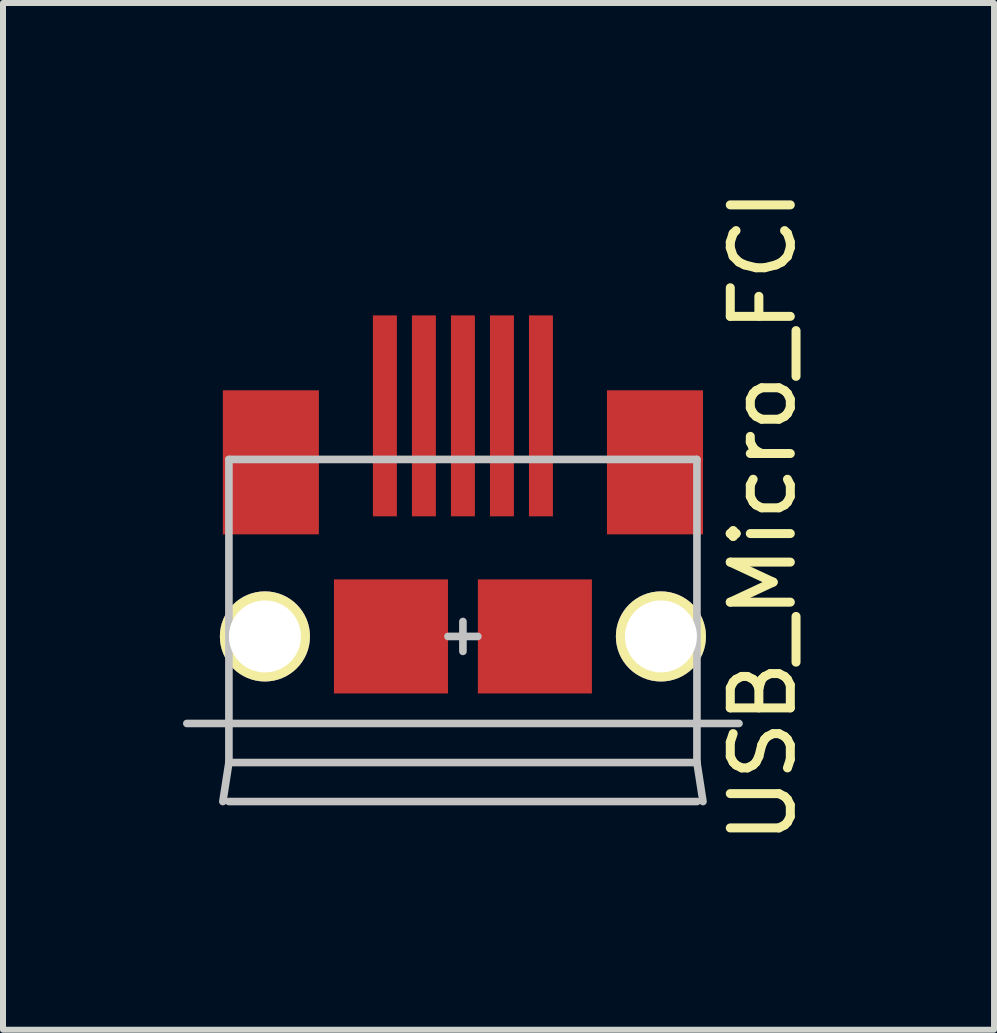
<source format=kicad_pcb>
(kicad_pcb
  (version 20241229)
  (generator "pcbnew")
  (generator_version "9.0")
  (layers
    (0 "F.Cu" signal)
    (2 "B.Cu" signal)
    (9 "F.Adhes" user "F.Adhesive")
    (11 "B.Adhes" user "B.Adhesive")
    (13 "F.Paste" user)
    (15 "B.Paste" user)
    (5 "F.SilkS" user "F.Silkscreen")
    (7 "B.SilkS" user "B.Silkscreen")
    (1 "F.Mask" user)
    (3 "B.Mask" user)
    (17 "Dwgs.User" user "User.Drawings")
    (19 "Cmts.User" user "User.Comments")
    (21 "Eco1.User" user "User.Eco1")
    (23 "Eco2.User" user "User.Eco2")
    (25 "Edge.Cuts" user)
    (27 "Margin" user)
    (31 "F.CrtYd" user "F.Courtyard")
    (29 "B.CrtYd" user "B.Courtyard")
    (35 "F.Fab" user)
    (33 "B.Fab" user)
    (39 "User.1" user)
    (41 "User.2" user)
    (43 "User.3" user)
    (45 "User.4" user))
  (footprint "USB_Micro_FCI"
    (layer "F.Cu")
    (at 4.663 7.554)
    (property "Reference" "USB_Micro_FCI" (at 5 -2 90) (layer "F.SilkS") (effects (font (size 1 1) (thickness 0.15))))
    (attr through_hole)
    (fp_line (start -4.6 1.45) (end 4.6 1.45) (stroke (width 0.127) (type solid)) (layer "Dwgs.User"))
    (fp_line (start -3.899 -2.949) (end 3.899 -2.949) (stroke (width 0.127) (type solid)) (layer "Dwgs.User"))
    (fp_line (start -3.899 2.101) (end -4 2.751) (stroke (width 0.127) (type solid)) (layer "Dwgs.User"))
    (fp_line (start -3.899 2.101) (end -3.899 -2.949) (stroke (width 0.127) (type solid)) (layer "Dwgs.User"))
    (fp_line (start -3.899 2.101) (end 3.899 2.101) (stroke (width 0.127) (type solid)) (layer "Dwgs.User"))
    (fp_line (start -3.899 2.751) (end 3.899 2.751) (stroke (width 0.127) (type solid)) (layer "Dwgs.User"))
    (fp_line (start -0.249 0) (end 0.249 0) (stroke (width 0.127) (type solid)) (layer "Dwgs.User"))
    (fp_line (start 0 -0.249) (end 0 0.249) (stroke (width 0.127) (type solid)) (layer "Dwgs.User"))
    (fp_line (start 3.899 -2.949) (end 3.899 2.101) (stroke (width 0.127) (type solid)) (layer "Dwgs.User"))
    (fp_line (start 3.899 2.101) (end 4 2.751) (stroke (width 0.127) (type solid)) (layer "Dwgs.User"))
    (pad "1" smd rect (at -1.3 -3.675) (size 0.399 3.348) (layers "F.Cu" "F.Mask" "F.Paste"))
    (pad "2" smd rect (at -0.65 -3.675) (size 0.399 3.348) (layers "F.Cu" "F.Mask" "F.Paste"))
    (pad "3" smd rect (at 0 -3.675) (size 0.399 3.348) (layers "F.Cu" "F.Mask" "F.Paste"))
    (pad "4" smd rect (at 0.65 -3.675) (size 0.399 3.348) (layers "F.Cu" "F.Mask" "F.Paste"))
    (pad "5" smd rect (at 1.3 -3.675) (size 0.399 3.348) (layers "F.Cu" "F.Mask" "F.Paste"))
    (pad "G" smd rect (at -3.2 -2.901) (size 1.6 2.4) (layers "F.Cu" "F.Mask" "F.Paste"))
    (pad "G" smd rect (at -1.199 0) (size 1.9 1.9) (layers "F.Cu" "F.Mask" "F.Paste"))
    (pad "G" smd rect (at 1.199 0) (size 1.9 1.9) (layers "F.Cu" "F.Mask" "F.Paste"))
    (pad "G" smd rect (at 3.2 -2.901) (size 1.6 2.4) (layers "F.Cu" "F.Mask" "F.Paste"))
    (pad "H" thru_hole circle (at -3.299 0) (size 1.501 1.501) (drill 1.199) (layers "*.Cu" "*.Mask" "F.SilkS"))
    (pad "H" thru_hole circle (at 3.299 0) (size 1.501 1.501) (drill 1.199) (layers "*.Cu" "*.Mask" "F.SilkS")))
  (gr_rect
    (start -3 -3)
    (end 13.512 14.107)
    (stroke (width 0.1) (type default))
    (fill no)
    (layer "Edge.Cuts")))
</source>
